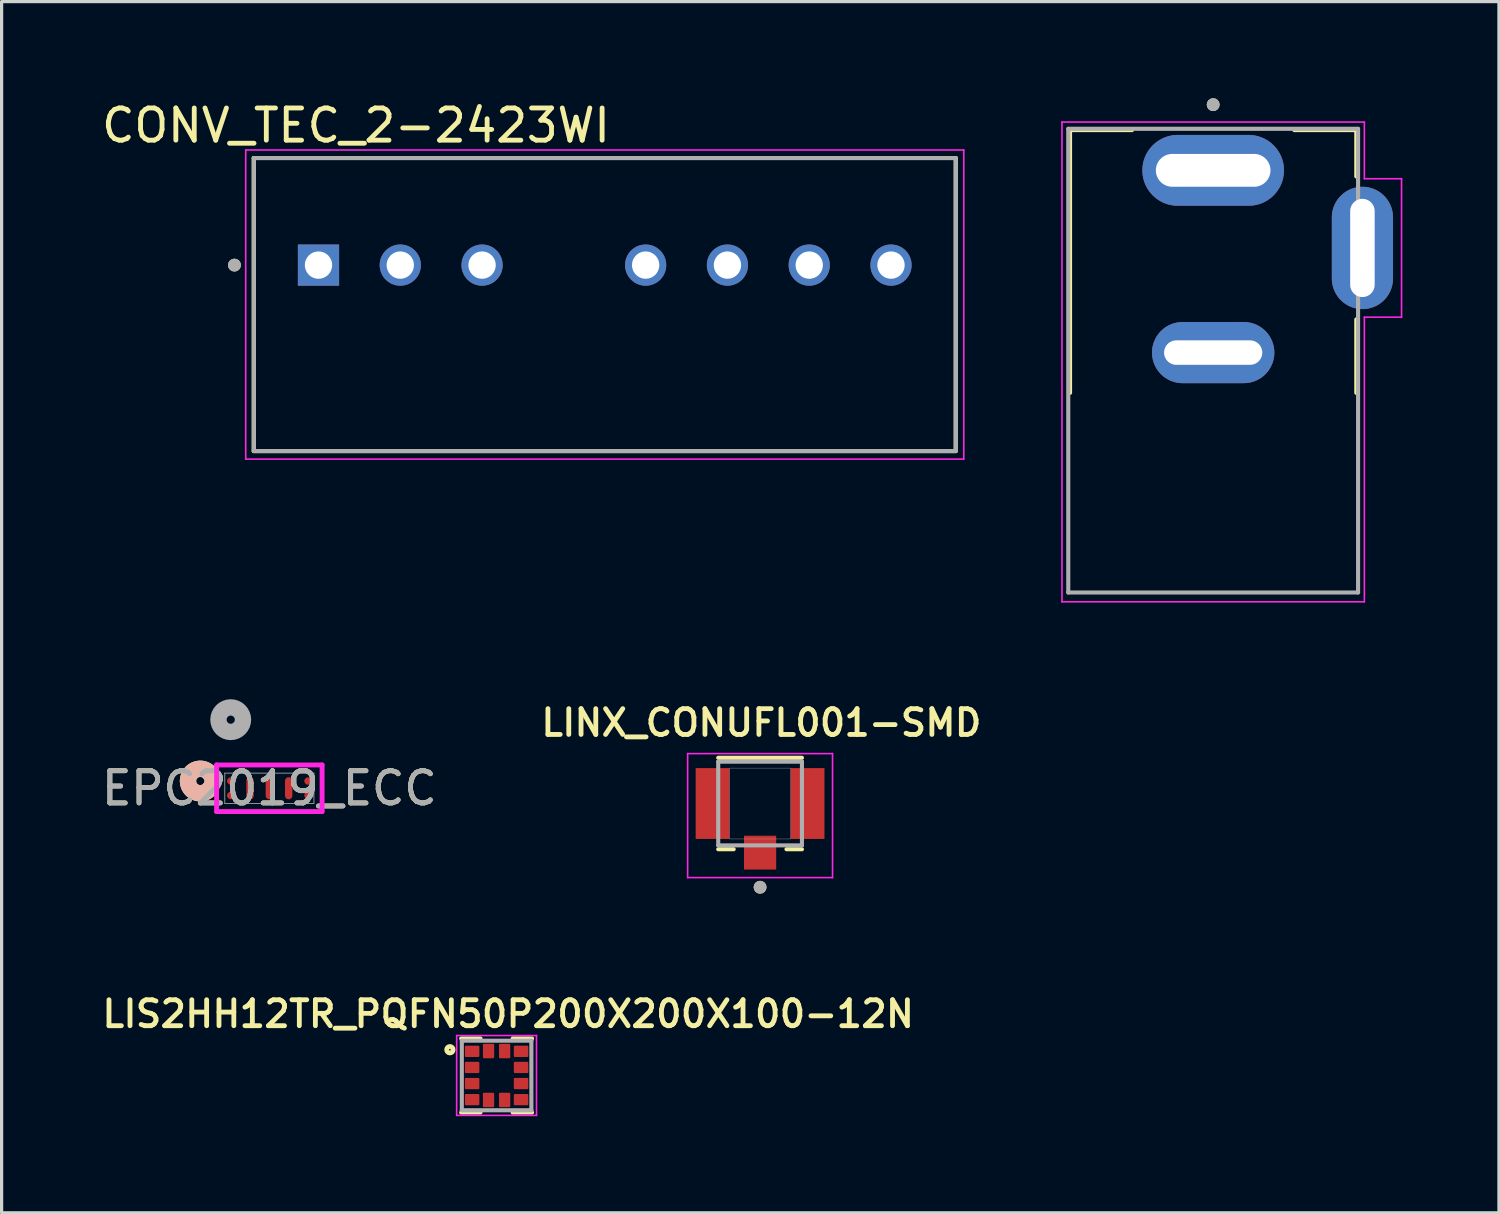
<source format=kicad_pcb>
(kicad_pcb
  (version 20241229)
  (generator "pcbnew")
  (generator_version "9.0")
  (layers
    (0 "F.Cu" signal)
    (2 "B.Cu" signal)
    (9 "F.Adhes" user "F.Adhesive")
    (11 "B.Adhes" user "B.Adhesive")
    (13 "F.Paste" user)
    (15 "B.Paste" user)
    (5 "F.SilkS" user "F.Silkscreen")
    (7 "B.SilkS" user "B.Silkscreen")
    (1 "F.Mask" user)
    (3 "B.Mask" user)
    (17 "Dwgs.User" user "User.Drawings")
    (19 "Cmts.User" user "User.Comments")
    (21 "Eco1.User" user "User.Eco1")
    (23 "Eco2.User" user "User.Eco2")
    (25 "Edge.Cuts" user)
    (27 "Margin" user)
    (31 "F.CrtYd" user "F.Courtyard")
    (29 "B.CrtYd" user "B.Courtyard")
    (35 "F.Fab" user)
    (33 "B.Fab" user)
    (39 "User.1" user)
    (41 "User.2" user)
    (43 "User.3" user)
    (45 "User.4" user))
  (footprint "CONV_TEC_2-2423WI"
    (layer "F.Cu")
    (at 15.731 5.183)
    (property "Reference" "CONV_TEC_2-2423WI" (at -7.725 -4.335 0) (layer "F.SilkS") (effects (font (size 1 1) (thickness 0.15))))
    (attr through_hole)
    (fp_line (start -10.9 -3.325) (end 10.9 -3.325) (stroke (width 0.127) (type solid)) (layer "F.SilkS"))
    (fp_line (start -10.9 5.775) (end -10.9 -3.325) (stroke (width 0.127) (type solid)) (layer "F.SilkS"))
    (fp_line (start 10.9 -3.325) (end 10.9 5.775) (stroke (width 0.127) (type solid)) (layer "F.SilkS"))
    (fp_line (start 10.9 5.775) (end -10.9 5.775) (stroke (width 0.127) (type solid)) (layer "F.SilkS"))
    (fp_circle (center -11.5 0) (end -11.4 0) (stroke (width 0.2) (type solid)) (fill no) (layer "F.SilkS"))
    (fp_line (start -11.15 -3.575) (end -11.15 6.025) (stroke (width 0.05) (type solid)) (layer "F.CrtYd"))
    (fp_line (start -11.15 6.025) (end 11.15 6.025) (stroke (width 0.05) (type solid)) (layer "F.CrtYd"))
    (fp_line (start 11.15 -3.575) (end -11.15 -3.575) (stroke (width 0.05) (type solid)) (layer "F.CrtYd"))
    (fp_line (start 11.15 6.025) (end 11.15 -3.575) (stroke (width 0.05) (type solid)) (layer "F.CrtYd"))
    (fp_line (start -10.9 -3.325) (end 10.9 -3.325) (stroke (width 0.127) (type solid)) (layer "F.Fab"))
    (fp_line (start -10.9 5.775) (end -10.9 -3.325) (stroke (width 0.127) (type solid)) (layer "F.Fab"))
    (fp_line (start 10.9 -3.325) (end 10.9 5.775) (stroke (width 0.127) (type solid)) (layer "F.Fab"))
    (fp_line (start 10.9 5.775) (end -10.9 5.775) (stroke (width 0.127) (type solid)) (layer "F.Fab"))
    (fp_circle (center -11.5 0) (end -11.4 0) (stroke (width 0.2) (type solid)) (fill no) (layer "F.Fab"))
    (pad "1" thru_hole rect (at -8.89 0) (size 1.28 1.28) (drill 0.85) (layers "*.Cu" "*.Mask"))
    (pad "2" thru_hole circle (at -6.35 0) (size 1.28 1.28) (drill 0.85) (layers "*.Cu" "*.Mask"))
    (pad "3" thru_hole circle (at -3.81 0) (size 1.28 1.28) (drill 0.85) (layers "*.Cu" "*.Mask"))
    (pad "5" thru_hole circle (at 1.27 0) (size 1.28 1.28) (drill 0.85) (layers "*.Cu" "*.Mask"))
    (pad "6" thru_hole circle (at 3.81 0) (size 1.28 1.28) (drill 0.85) (layers "*.Cu" "*.Mask"))
    (pad "7" thru_hole circle (at 6.35 0) (size 1.28 1.28) (drill 0.85) (layers "*.Cu" "*.Mask"))
    (pad "8" thru_hole circle (at 8.89 0) (size 1.28 1.28) (drill 0.85) (layers "*.Cu" "*.Mask")))
  (footprint "EJ508B_MPD_EJ508B"
    (layer "F.Cu")
    (at 34.626 4.65)
    (property "Reference" "EJ508B_MPD_EJ508B" (at -0.055 -5.789 0) (layer "User.9") (effects (font (size 1.4 1.4) (thickness 0.15))))
    (attr through_hole)
    (fp_line (start -4.445 -3.66) (end -4.445 4.5) (stroke (width 0.127) (type solid)) (layer "F.SilkS"))
    (fp_line (start -2.52 -3.66) (end -4.445 -3.66) (stroke (width 0.127) (type solid)) (layer "F.SilkS"))
    (fp_line (start 2.52 -3.66) (end 4.445 -3.66) (stroke (width 0.127) (type solid)) (layer "F.SilkS"))
    (fp_line (start 4.445 -3.66) (end 4.445 -2.22) (stroke (width 0.127) (type solid)) (layer "F.SilkS"))
    (fp_line (start 4.445 4.5) (end 4.445 2.22) (stroke (width 0.127) (type solid)) (layer "F.SilkS"))
    (fp_circle (center 0 -4.45) (end 0.1 -4.45) (stroke (width 0.2) (type solid)) (fill no) (layer "F.SilkS"))
    (fp_line (start -4.695 -3.91) (end -4.695 10.99) (stroke (width 0.05) (type solid)) (layer "F.CrtYd"))
    (fp_line (start -4.695 10.99) (end 4.695 10.99) (stroke (width 0.05) (type solid)) (layer "F.CrtYd"))
    (fp_line (start 4.695 -3.91) (end -4.695 -3.91) (stroke (width 0.05) (type solid)) (layer "F.CrtYd"))
    (fp_line (start 4.695 -3.91) (end 4.695 -2.15) (stroke (width 0.05) (type solid)) (layer "F.CrtYd"))
    (fp_line (start 4.695 -2.15) (end 5.85 -2.15) (stroke (width 0.05) (type solid)) (layer "F.CrtYd"))
    (fp_line (start 4.695 2.15) (end 4.695 10.99) (stroke (width 0.05) (type solid)) (layer "F.CrtYd"))
    (fp_line (start 5.85 -2.15) (end 5.85 2.15) (stroke (width 0.05) (type solid)) (layer "F.CrtYd"))
    (fp_line (start 5.85 2.15) (end 4.695 2.15) (stroke (width 0.05) (type solid)) (layer "F.CrtYd"))
    (fp_line (start -4.5 -3.7) (end -4.5 10.7) (stroke (width 0.127) (type solid)) (layer "F.Fab"))
    (fp_line (start 4.5 -3.7) (end -4.5 -3.7) (stroke (width 0.127) (type solid)) (layer "F.Fab"))
    (fp_line (start 4.5 10.7) (end -4.5 10.7) (stroke (width 0.127) (type solid)) (layer "F.Fab"))
    (fp_line (start 4.5 10.7) (end 4.5 -3.7) (stroke (width 0.127) (type solid)) (layer "F.Fab"))
    (fp_circle (center 0 -4.45) (end 0.1 -4.45) (stroke (width 0.2) (type solid)) (fill no) (layer "F.Fab"))
    (pad "1" thru_hole oval (at 0 -2.41) (size 4.4 2.2) (drill oval 3.56 1.02) (layers "*.Cu" "*.Mask"))
    (pad "2" thru_hole oval (at 0 3.25) (size 3.8 1.9) (drill oval 3.05 0.76) (layers "*.Cu" "*.Mask"))
    (pad "3" thru_hole oval (at 4.635 0) (size 1.9 3.8) (drill oval 0.76 3.05) (layers "*.Cu" "*.Mask")))
  (footprint "LIS2HH12TR_PQFN50P200X200X100-12N"
    (layer "F.Cu")
    (at 12.372 30.35)
    (property "Reference" "LIS2HH12TR_PQFN50P200X200X100-12N" (at 0.36 -1.911 0) (layer "F.SilkS") (effects (font (size 0.806 0.806) (thickness 0.15))))
    (attr smd)
    (fp_line (start -1.1 -1.15) (end -0.5 -1.15) (stroke (width 0.127) (type solid)) (layer "F.SilkS"))
    (fp_line (start -1.1 1.15) (end -0.5 1.15) (stroke (width 0.127) (type solid)) (layer "F.SilkS"))
    (fp_line (start 1.1 -1.15) (end 0.5 -1.15) (stroke (width 0.127) (type solid)) (layer "F.SilkS"))
    (fp_line (start 1.1 1.15) (end 0.5 1.15) (stroke (width 0.127) (type solid)) (layer "F.SilkS"))
    (fp_circle (center -1.45 -0.8) (end -1.35 -0.8) (stroke (width 0.15) (type solid)) (fill no) (layer "F.SilkS"))
    (fp_line (start -1.24 -1.24) (end 1.24 -1.24) (stroke (width 0.05) (type solid)) (layer "F.CrtYd"))
    (fp_line (start -1.24 1.24) (end -1.24 -1.24) (stroke (width 0.05) (type solid)) (layer "F.CrtYd"))
    (fp_line (start 1.24 -1.24) (end 1.24 1.24) (stroke (width 0.05) (type solid)) (layer "F.CrtYd"))
    (fp_line (start 1.24 1.24) (end -1.24 1.24) (stroke (width 0.05) (type solid)) (layer "F.CrtYd"))
    (fp_line (start -1.08 -1.08) (end 1.08 -1.08) (stroke (width 0.127) (type solid)) (layer "F.Fab"))
    (fp_line (start -1.08 1.08) (end -1.08 -1.08) (stroke (width 0.127) (type solid)) (layer "F.Fab"))
    (fp_line (start 1.08 -1.08) (end 1.08 1.08) (stroke (width 0.127) (type solid)) (layer "F.Fab"))
    (fp_line (start 1.08 1.08) (end -1.08 1.08) (stroke (width 0.127) (type solid)) (layer "F.Fab"))
    (pad "1" smd roundrect (at -0.76 -0.75) (size 0.45 0.35) (layers "F.Cu" "F.Mask" "F.Paste") (roundrect_rratio 0.09))
    (pad "2" smd roundrect (at -0.76 -0.25) (size 0.45 0.35) (layers "F.Cu" "F.Mask" "F.Paste") (roundrect_rratio 0.09))
    (pad "3" smd roundrect (at -0.76 0.25) (size 0.45 0.35) (layers "F.Cu" "F.Mask" "F.Paste") (roundrect_rratio 0.09))
    (pad "4" smd roundrect (at -0.76 0.75) (size 0.45 0.35) (layers "F.Cu" "F.Mask" "F.Paste") (roundrect_rratio 0.09))
    (pad "5" smd roundrect (at -0.25 0.76 90) (size 0.45 0.35) (layers "F.Cu" "F.Mask" "F.Paste") (roundrect_rratio 0.09))
    (pad "6" smd roundrect (at 0.25 0.76 90) (size 0.45 0.35) (layers "F.Cu" "F.Mask" "F.Paste") (roundrect_rratio 0.09))
    (pad "7" smd roundrect (at 0.76 0.75) (size 0.45 0.35) (layers "F.Cu" "F.Mask" "F.Paste") (roundrect_rratio 0.09))
    (pad "8" smd roundrect (at 0.76 0.25) (size 0.45 0.35) (layers "F.Cu" "F.Mask" "F.Paste") (roundrect_rratio 0.09))
    (pad "9" smd roundrect (at 0.76 -0.25) (size 0.45 0.35) (layers "F.Cu" "F.Mask" "F.Paste") (roundrect_rratio 0.09))
    (pad "10" smd roundrect (at 0.76 -0.75) (size 0.45 0.35) (layers "F.Cu" "F.Mask" "F.Paste") (roundrect_rratio 0.09))
    (pad "11" smd roundrect (at 0.25 -0.76 90) (size 0.45 0.35) (layers "F.Cu" "F.Mask" "F.Paste") (roundrect_rratio 0.09))
    (pad "12" smd roundrect (at -0.25 -0.76 90) (size 0.45 0.35) (layers "F.Cu" "F.Mask" "F.Paste") (roundrect_rratio 0.09)))
  (footprint "EPC2019_ECC"
    (layer "F.Cu")
    (at 5.315 21.43)
    (property "Reference" "EPC2019_ECC" (at 0 0 0) (unlocked yes) (layer "F.SilkS") (effects (font (size 1 1) (thickness 0.15))))
    (attr smd)
    (fp_arc (start -1.802741 -0.060293) (mid -2.5273 -0.225) (end -1.802741 -0.389707) (stroke (width 0.508) (type solid)) (layer "F.SilkS"))
    (fp_circle (center -2.146 -0.225) (end -1.765 -0.225) (stroke (width 0.508) (type solid)) (fill no) (layer "B.SilkS"))
    (fp_line (start -1.638 -0.724) (end -1.638 0.724) (stroke (width 0.152) (type solid)) (layer "F.CrtYd"))
    (fp_line (start -1.638 0.724) (end 1.638 0.724) (stroke (width 0.152) (type solid)) (layer "F.CrtYd"))
    (fp_line (start 1.638 -0.724) (end -1.638 -0.724) (stroke (width 0.152) (type solid)) (layer "F.CrtYd"))
    (fp_line (start 1.638 0.724) (end 1.638 -0.724) (stroke (width 0.152) (type solid)) (layer "F.CrtYd"))
    (fp_line (start -1.384 -0.47) (end -1.384 0.47) (stroke (width 0.025) (type solid)) (layer "F.Fab"))
    (fp_line (start -1.384 0.47) (end 1.384 0.47) (stroke (width 0.025) (type solid)) (layer "F.Fab"))
    (fp_line (start 1.384 -0.47) (end -1.384 -0.47) (stroke (width 0.025) (type solid)) (layer "F.Fab"))
    (fp_line (start 1.384 0.47) (end 1.384 -0.47) (stroke (width 0.025) (type solid)) (layer "F.Fab"))
    (fp_circle (center -1.2 -2.13) (end -0.819 -2.13) (stroke (width 0.508) (type solid)) (fill no) (layer "F.Fab"))
    (fp_text user "${REFERENCE}" (at 0 0 0) (unlocked yes) (layer "F.Fab") (effects (font (size 1 1) (thickness 0.15))))
    (pad "1" smd circle (at -1.2 -0.225) (size 0.229 0.229) (layers "F.Cu" "F.Mask" "F.Paste"))
    (pad "2" smd circle (at -1.2 0.225) (size 0.229 0.229) (layers "F.Cu" "F.Mask" "F.Paste"))
    (pad "3" smd oval (at -0.6 0) (size 0.229 0.686) (layers "F.Cu" "F.Mask" "F.Paste"))
    (pad "4" smd oval (at 0 0) (size 0.229 0.686) (layers "F.Cu" "F.Mask" "F.Paste"))
    (pad "5" smd oval (at 0.6 0) (size 0.229 0.686) (layers "F.Cu" "F.Mask" "F.Paste"))
    (pad "6" smd circle (at 1.2 0.225) (size 0.229 0.229) (layers "F.Cu" "F.Mask" "F.Paste"))
    (pad "7" smd circle (at 1.2 -0.225) (size 0.229 0.229) (layers "F.Cu" "F.Mask" "F.Paste")))
  (footprint "LINX_CONUFL001-SMD"
    (layer "F.Cu")
    (at 20.555 21.904)
    (property "Reference" "LINX_CONUFL001-SMD" (at 0.04 -2.508 0) (layer "F.SilkS") (effects (font (size 0.8 0.8) (thickness 0.15))))
    (attr smd)
    (fp_line (start -1.3 -1.42) (end 1.3 -1.42) (stroke (width 0.127) (type solid)) (layer "F.SilkS"))
    (fp_line (start -0.82 1.42) (end -1.3 1.42) (stroke (width 0.127) (type solid)) (layer "F.SilkS"))
    (fp_line (start 0.82 1.42) (end 1.3 1.42) (stroke (width 0.127) (type solid)) (layer "F.SilkS"))
    (fp_circle (center 0 2.6) (end 0.1 2.6) (stroke (width 0.2) (type solid)) (fill no) (layer "F.SilkS"))
    (fp_line (start -2.25 -1.55) (end 2.25 -1.55) (stroke (width 0.05) (type solid)) (layer "F.CrtYd"))
    (fp_line (start -2.25 2.3) (end -2.25 -1.55) (stroke (width 0.05) (type solid)) (layer "F.CrtYd"))
    (fp_line (start 2.25 -1.55) (end 2.25 2.3) (stroke (width 0.05) (type solid)) (layer "F.CrtYd"))
    (fp_line (start 2.25 2.3) (end -2.25 2.3) (stroke (width 0.05) (type solid)) (layer "F.CrtYd"))
    (fp_line (start -1.3 -1.3) (end 1.3 -1.3) (stroke (width 0.127) (type solid)) (layer "F.Fab"))
    (fp_line (start -1.3 1.3) (end -1.3 -1.3) (stroke (width 0.127) (type solid)) (layer "F.Fab"))
    (fp_line (start 1.3 -1.3) (end 1.3 1.3) (stroke (width 0.127) (type solid)) (layer "F.Fab"))
    (fp_line (start 1.3 1.3) (end -1.3 1.3) (stroke (width 0.127) (type solid)) (layer "F.Fab"))
    (fp_circle (center 0 2.6) (end 0.1 2.6) (stroke (width 0.2) (type solid)) (fill no) (layer "F.Fab"))
    (fp_poly (pts (xy -0.95 -1.1) (xy 0.95 -1.1) (xy 0.95 1.1) (xy -0.95 1.1)) (stroke (width 0.01) (type solid)) (fill no) (layer "F.Fab"))
    (pad "1" smd rect (at 0 1.525) (size 1 1.05) (layers "F.Cu" "F.Mask" "F.Paste"))
    (pad "2" smd rect (at -1.475 0) (size 1.05 2.2) (layers "F.Cu" "F.Mask" "F.Paste"))
    (pad "3" smd rect (at 1.475 0) (size 1.05 2.2) (layers "F.Cu" "F.Mask" "F.Paste")))
  (gr_rect
    (start -3 -3)
    (end 43.501 34.615)
    (stroke (width 0.1) (type default))
    (fill no)
    (layer "Edge.Cuts")))
</source>
